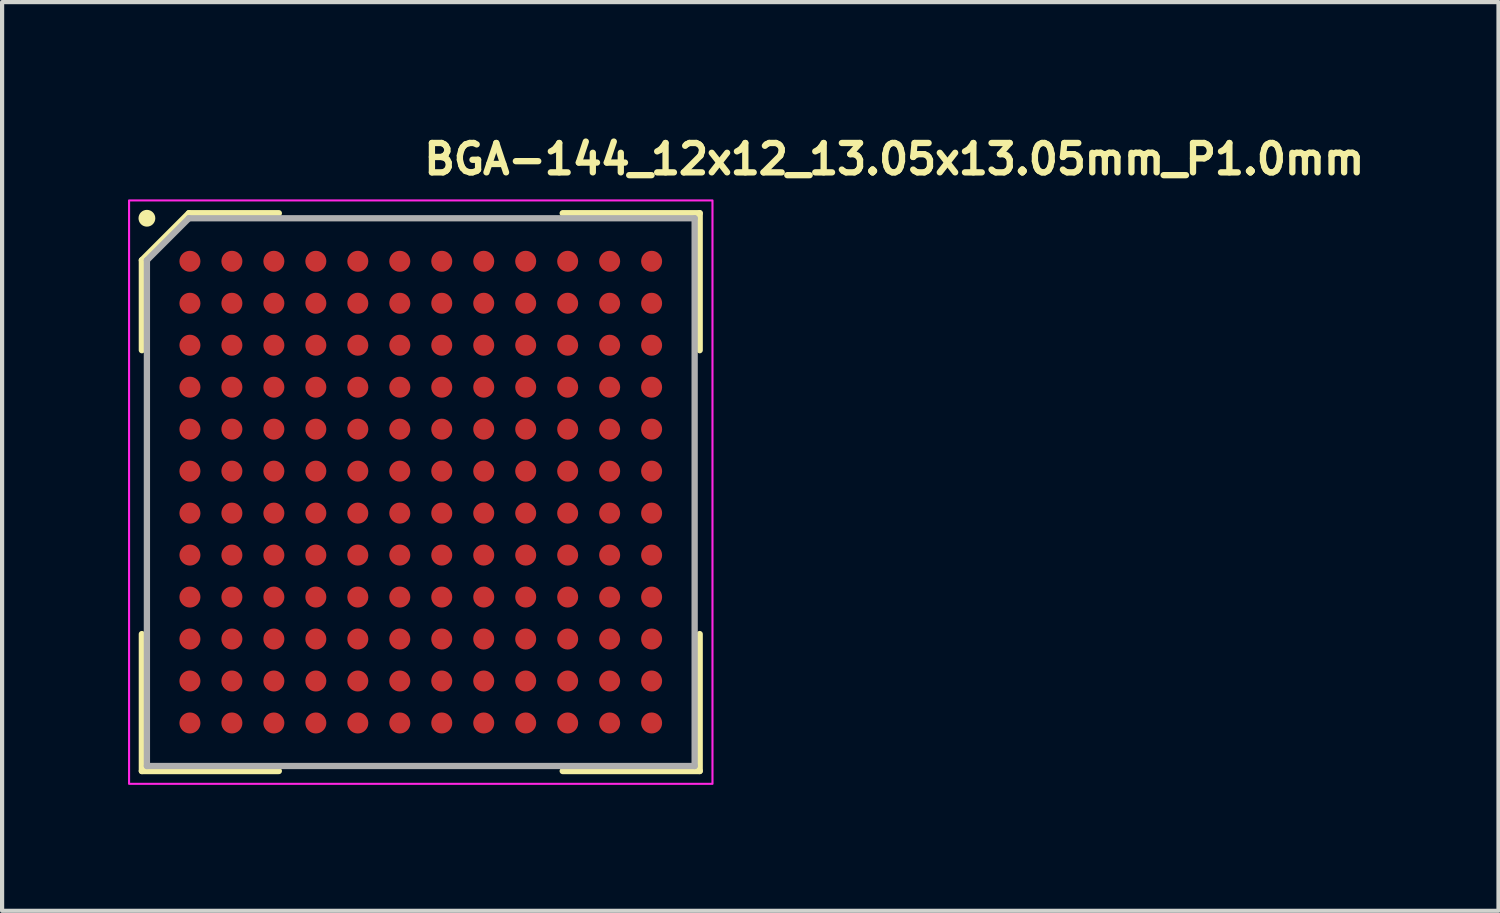
<source format=kicad_pcb>
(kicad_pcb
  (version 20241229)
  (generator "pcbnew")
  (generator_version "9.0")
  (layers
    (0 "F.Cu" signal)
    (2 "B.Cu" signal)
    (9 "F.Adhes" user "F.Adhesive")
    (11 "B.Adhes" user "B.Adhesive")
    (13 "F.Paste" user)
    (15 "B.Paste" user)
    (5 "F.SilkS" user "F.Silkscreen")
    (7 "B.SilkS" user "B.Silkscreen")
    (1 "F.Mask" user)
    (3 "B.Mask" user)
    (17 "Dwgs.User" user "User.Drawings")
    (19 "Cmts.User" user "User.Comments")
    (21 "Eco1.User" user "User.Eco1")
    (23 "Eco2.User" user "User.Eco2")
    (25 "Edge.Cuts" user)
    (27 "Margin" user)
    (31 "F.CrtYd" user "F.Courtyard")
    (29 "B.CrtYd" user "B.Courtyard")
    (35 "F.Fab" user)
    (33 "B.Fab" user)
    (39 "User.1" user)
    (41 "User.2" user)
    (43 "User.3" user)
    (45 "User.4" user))
  (footprint "BGA-144_12x12_13.05x13.05mm_P1.0mm"
    (layer "F.Cu")
    (at 6.975 8.675)
    (property "Reference" "BGA-144_12x12_13.05x13.05mm_P1.0mm" (at 0 -7.525 0) (layer "F.SilkS") (effects (font (size 0.7 0.7) (thickness 0.15)) (justify left bottom)))
    (attr smd)
    (fp_line (start -6.645 -5.525) (end -6.645 -3.382) (stroke (width 0.15) (type solid)) (layer "F.SilkS"))
    (fp_line (start -6.645 6.645) (end -6.645 3.382) (stroke (width 0.15) (type solid)) (layer "F.SilkS"))
    (fp_line (start -5.525 -6.645) (end -6.645 -5.525) (stroke (width 0.15) (type solid)) (layer "F.SilkS"))
    (fp_line (start -3.382 -6.645) (end -5.525 -6.645) (stroke (width 0.15) (type solid)) (layer "F.SilkS"))
    (fp_line (start -3.382 6.645) (end -6.645 6.645) (stroke (width 0.15) (type solid)) (layer "F.SilkS"))
    (fp_line (start 3.382 -6.645) (end 6.645 -6.645) (stroke (width 0.15) (type solid)) (layer "F.SilkS"))
    (fp_line (start 3.382 6.645) (end 6.645 6.645) (stroke (width 0.15) (type solid)) (layer "F.SilkS"))
    (fp_line (start 6.645 -6.645) (end 6.645 -3.382) (stroke (width 0.15) (type solid)) (layer "F.SilkS"))
    (fp_line (start 6.645 6.645) (end 6.645 3.382) (stroke (width 0.15) (type solid)) (layer "F.SilkS"))
    (fp_circle (center -6.525 -6.525) (end -6.425 -6.525) (stroke (width 0.2) (type solid)) (fill no) (layer "F.SilkS"))
    (fp_rect (start -6.95 -6.95) (end 6.95 6.95) (stroke (width 0.05) (type solid)) (fill no) (layer "F.CrtYd"))
    (fp_line (start -6.525 -5.525) (end -6.525 6.525) (stroke (width 0.15) (type solid)) (layer "F.Fab"))
    (fp_line (start -6.525 6.525) (end 6.525 6.525) (stroke (width 0.15) (type solid)) (layer "F.Fab"))
    (fp_line (start -5.525 -6.525) (end -6.525 -5.525) (stroke (width 0.15) (type solid)) (layer "F.Fab"))
    (fp_line (start 6.525 -6.525) (end -5.525 -6.525) (stroke (width 0.15) (type solid)) (layer "F.Fab"))
    (fp_line (start 6.525 6.525) (end 6.525 -6.525) (stroke (width 0.15) (type solid)) (layer "F.Fab"))
    (fp_rect (start -6.55 -6.55) (end 6.55 6.55) (stroke (width 0.1) (type solid)) (fill no) (layer "User.5"))
    (fp_line (start -6.55 -6.55) (end -6.55 6.55) (stroke (width 0.02) (type solid)) (layer "User.9"))
    (fp_line (start -6.55 6.55) (end 6.55 6.55) (stroke (width 0.02) (type solid)) (layer "User.9"))
    (fp_line (start -6.4 -5.9) (end -6.4 5.9) (stroke (width 0.02) (type solid)) (layer "User.9"))
    (fp_line (start -6.4 5.9) (end -6.396 5.96) (stroke (width 0.02) (type solid)) (layer "User.9"))
    (fp_line (start -6.396 -5.96) (end -6.4 -5.9) (stroke (width 0.02) (type solid)) (layer "User.9"))
    (fp_line (start -6.396 5.96) (end -6.385 6.02) (stroke (width 0.02) (type solid)) (layer "User.9"))
    (fp_line (start -6.385 -6.02) (end -6.396 -5.96) (stroke (width 0.02) (type solid)) (layer "User.9"))
    (fp_line (start -6.385 6.02) (end -6.368 6.077) (stroke (width 0.02) (type solid)) (layer "User.9"))
    (fp_line (start -6.368 -6.077) (end -6.385 -6.02) (stroke (width 0.02) (type solid)) (layer "User.9"))
    (fp_line (start -6.368 6.077) (end -6.343 6.132) (stroke (width 0.02) (type solid)) (layer "User.9"))
    (fp_line (start -6.343 -6.132) (end -6.368 -6.077) (stroke (width 0.02) (type solid)) (layer "User.9"))
    (fp_line (start -6.343 6.132) (end -6.311 6.184) (stroke (width 0.02) (type solid)) (layer "User.9"))
    (fp_line (start -6.311 -6.184) (end -6.343 -6.132) (stroke (width 0.02) (type solid)) (layer "User.9"))
    (fp_line (start -6.311 6.184) (end -6.274 6.232) (stroke (width 0.02) (type solid)) (layer "User.9"))
    (fp_line (start -6.274 -6.232) (end -6.311 -6.184) (stroke (width 0.02) (type solid)) (layer "User.9"))
    (fp_line (start -6.274 6.232) (end -6.232 6.274) (stroke (width 0.02) (type solid)) (layer "User.9"))
    (fp_line (start -6.232 -6.274) (end -6.274 -6.232) (stroke (width 0.02) (type solid)) (layer "User.9"))
    (fp_line (start -6.232 6.274) (end -6.184 6.311) (stroke (width 0.02) (type solid)) (layer "User.9"))
    (fp_line (start -6.184 -6.311) (end -6.232 -6.274) (stroke (width 0.02) (type solid)) (layer "User.9"))
    (fp_line (start -6.184 6.311) (end -6.132 6.343) (stroke (width 0.02) (type solid)) (layer "User.9"))
    (fp_line (start -6.132 -6.343) (end -6.184 -6.311) (stroke (width 0.02) (type solid)) (layer "User.9"))
    (fp_line (start -6.132 6.343) (end -6.077 6.368) (stroke (width 0.02) (type solid)) (layer "User.9"))
    (fp_line (start -6.077 -6.368) (end -6.132 -6.343) (stroke (width 0.02) (type solid)) (layer "User.9"))
    (fp_line (start -6.077 6.368) (end -6.02 6.385) (stroke (width 0.02) (type solid)) (layer "User.9"))
    (fp_line (start -6.02 -6.385) (end -6.077 -6.368) (stroke (width 0.02) (type solid)) (layer "User.9"))
    (fp_line (start -6.02 6.385) (end -5.96 6.396) (stroke (width 0.02) (type solid)) (layer "User.9"))
    (fp_line (start -6 -5.5) (end -5.996 -5.437) (stroke (width 0.02) (type solid)) (layer "User.9"))
    (fp_line (start -5.996 -5.563) (end -6 -5.5) (stroke (width 0.02) (type solid)) (layer "User.9"))
    (fp_line (start -5.996 -5.437) (end -5.984 -5.376) (stroke (width 0.02) (type solid)) (layer "User.9"))
    (fp_line (start -5.984 -5.624) (end -5.996 -5.563) (stroke (width 0.02) (type solid)) (layer "User.9"))
    (fp_line (start -5.984 -5.376) (end -5.965 -5.316) (stroke (width 0.02) (type solid)) (layer "User.9"))
    (fp_line (start -5.965 -5.684) (end -5.984 -5.624) (stroke (width 0.02) (type solid)) (layer "User.9"))
    (fp_line (start -5.965 -5.316) (end -5.938 -5.259) (stroke (width 0.02) (type solid)) (layer "User.9"))
    (fp_line (start -5.96 -6.396) (end -6.02 -6.385) (stroke (width 0.02) (type solid)) (layer "User.9"))
    (fp_line (start -5.96 6.396) (end -5.9 6.4) (stroke (width 0.02) (type solid)) (layer "User.9"))
    (fp_line (start -5.938 -5.741) (end -5.965 -5.684) (stroke (width 0.02) (type solid)) (layer "User.9"))
    (fp_line (start -5.938 -5.259) (end -5.905 -5.206) (stroke (width 0.02) (type solid)) (layer "User.9"))
    (fp_line (start -5.905 -5.794) (end -5.938 -5.741) (stroke (width 0.02) (type solid)) (layer "User.9"))
    (fp_line (start -5.905 -5.206) (end -5.864 -5.158) (stroke (width 0.02) (type solid)) (layer "User.9"))
    (fp_line (start -5.9 -6.4) (end -5.96 -6.396) (stroke (width 0.02) (type solid)) (layer "User.9"))
    (fp_line (start -5.9 6.4) (end 5.9 6.4) (stroke (width 0.02) (type solid)) (layer "User.9"))
    (fp_line (start -5.864 -5.842) (end -5.905 -5.794) (stroke (width 0.02) (type solid)) (layer "User.9"))
    (fp_line (start -5.864 -5.158) (end -5.819 -5.115) (stroke (width 0.02) (type solid)) (layer "User.9"))
    (fp_line (start -5.819 -5.885) (end -5.864 -5.842) (stroke (width 0.02) (type solid)) (layer "User.9"))
    (fp_line (start -5.819 -5.115) (end -5.768 -5.078) (stroke (width 0.02) (type solid)) (layer "User.9"))
    (fp_line (start -5.768 -5.922) (end -5.819 -5.885) (stroke (width 0.02) (type solid)) (layer "User.9"))
    (fp_line (start -5.768 -5.078) (end -5.713 -5.048) (stroke (width 0.02) (type solid)) (layer "User.9"))
    (fp_line (start -5.713 -5.952) (end -5.768 -5.922) (stroke (width 0.02) (type solid)) (layer "User.9"))
    (fp_line (start -5.713 -5.048) (end -5.655 -5.024) (stroke (width 0.02) (type solid)) (layer "User.9"))
    (fp_line (start -5.655 -5.976) (end -5.713 -5.952) (stroke (width 0.02) (type solid)) (layer "User.9"))
    (fp_line (start -5.655 -5.024) (end -5.594 -5.009) (stroke (width 0.02) (type solid)) (layer "User.9"))
    (fp_line (start -5.594 -5.991) (end -5.655 -5.976) (stroke (width 0.02) (type solid)) (layer "User.9"))
    (fp_line (start -5.594 -5.009) (end -5.531 -5.001) (stroke (width 0.02) (type solid)) (layer "User.9"))
    (fp_line (start -5.531 -5.999) (end -5.594 -5.991) (stroke (width 0.02) (type solid)) (layer "User.9"))
    (fp_line (start -5.531 -5.001) (end -5.469 -5.001) (stroke (width 0.02) (type solid)) (layer "User.9"))
    (fp_line (start -5.469 -5.999) (end -5.531 -5.999) (stroke (width 0.02) (type solid)) (layer "User.9"))
    (fp_line (start -5.469 -5.001) (end -5.406 -5.009) (stroke (width 0.02) (type solid)) (layer "User.9"))
    (fp_line (start -5.406 -5.991) (end -5.469 -5.999) (stroke (width 0.02) (type solid)) (layer "User.9"))
    (fp_line (start -5.406 -5.009) (end -5.345 -5.024) (stroke (width 0.02) (type solid)) (layer "User.9"))
    (fp_line (start -5.345 -5.976) (end -5.406 -5.991) (stroke (width 0.02) (type solid)) (layer "User.9"))
    (fp_line (start -5.345 -5.024) (end -5.287 -5.048) (stroke (width 0.02) (type solid)) (layer "User.9"))
    (fp_line (start -5.287 -5.952) (end -5.345 -5.976) (stroke (width 0.02) (type solid)) (layer "User.9"))
    (fp_line (start -5.287 -5.048) (end -5.232 -5.078) (stroke (width 0.02) (type solid)) (layer "User.9"))
    (fp_line (start -5.232 -5.922) (end -5.287 -5.952) (stroke (width 0.02) (type solid)) (layer "User.9"))
    (fp_line (start -5.232 -5.078) (end -5.181 -5.115) (stroke (width 0.02) (type solid)) (layer "User.9"))
    (fp_line (start -5.181 -5.885) (end -5.232 -5.922) (stroke (width 0.02) (type solid)) (layer "User.9"))
    (fp_line (start -5.181 -5.115) (end -5.136 -5.158) (stroke (width 0.02) (type solid)) (layer "User.9"))
    (fp_line (start -5.136 -5.842) (end -5.181 -5.885) (stroke (width 0.02) (type solid)) (layer "User.9"))
    (fp_line (start -5.136 -5.158) (end -5.095 -5.206) (stroke (width 0.02) (type solid)) (layer "User.9"))
    (fp_line (start -5.095 -5.794) (end -5.136 -5.842) (stroke (width 0.02) (type solid)) (layer "User.9"))
    (fp_line (start -5.095 -5.206) (end -5.062 -5.259) (stroke (width 0.02) (type solid)) (layer "User.9"))
    (fp_line (start -5.062 -5.741) (end -5.095 -5.794) (stroke (width 0.02) (type solid)) (layer "User.9"))
    (fp_line (start -5.062 -5.259) (end -5.035 -5.316) (stroke (width 0.02) (type solid)) (layer "User.9"))
    (fp_line (start -5.035 -5.684) (end -5.062 -5.741) (stroke (width 0.02) (type solid)) (layer "User.9"))
    (fp_line (start -5.035 -5.316) (end -5.016 -5.376) (stroke (width 0.02) (type solid)) (layer "User.9"))
    (fp_line (start -5.016 -5.624) (end -5.035 -5.684) (stroke (width 0.02) (type solid)) (layer "User.9"))
    (fp_line (start -5.016 -5.376) (end -5.004 -5.437) (stroke (width 0.02) (type solid)) (layer "User.9"))
    (fp_line (start -5.004 -5.563) (end -5.016 -5.624) (stroke (width 0.02) (type solid)) (layer "User.9"))
    (fp_line (start -5.004 -5.437) (end -5 -5.5) (stroke (width 0.02) (type solid)) (layer "User.9"))
    (fp_line (start -5 -5.5) (end -5.004 -5.563) (stroke (width 0.02) (type solid)) (layer "User.9"))
    (fp_line (start -4.4 -3.4) (end -4.4 3.4) (stroke (width 0.02) (type solid)) (layer "User.9"))
    (fp_line (start -4.4 -3.4) (end -3.649 -3.066) (stroke (width 0.02) (type solid)) (layer "User.9"))
    (fp_line (start -4.4 3.4) (end -4.396 3.487) (stroke (width 0.02) (type solid)) (layer "User.9"))
    (fp_line (start -4.4 3.4) (end -3.649 3.066) (stroke (width 0.02) (type solid)) (layer "User.9"))
    (fp_line (start -4.396 -3.487) (end -4.4 -3.4) (stroke (width 0.02) (type solid)) (layer "User.9"))
    (fp_line (start -4.396 3.487) (end -4.385 3.574) (stroke (width 0.02) (type solid)) (layer "User.9"))
    (fp_line (start -4.385 -3.574) (end -4.396 -3.487) (stroke (width 0.02) (type solid)) (layer "User.9"))
    (fp_line (start -4.385 3.574) (end -4.366 3.659) (stroke (width 0.02) (type solid)) (layer "User.9"))
    (fp_line (start -4.366 -3.659) (end -4.385 -3.574) (stroke (width 0.02) (type solid)) (layer "User.9"))
    (fp_line (start -4.366 3.659) (end -4.34 3.742) (stroke (width 0.02) (type solid)) (layer "User.9"))
    (fp_line (start -4.34 -3.742) (end -4.366 -3.659) (stroke (width 0.02) (type solid)) (layer "User.9"))
    (fp_line (start -4.34 3.742) (end -4.306 3.823) (stroke (width 0.02) (type solid)) (layer "User.9"))
    (fp_line (start -4.306 -3.823) (end -4.34 -3.742) (stroke (width 0.02) (type solid)) (layer "User.9"))
    (fp_line (start -4.306 3.823) (end -4.266 3.9) (stroke (width 0.02) (type solid)) (layer "User.9"))
    (fp_line (start -4.266 -3.9) (end -4.306 -3.823) (stroke (width 0.02) (type solid)) (layer "User.9"))
    (fp_line (start -4.266 3.9) (end -4.219 3.974) (stroke (width 0.02) (type solid)) (layer "User.9"))
    (fp_line (start -4.219 -3.974) (end -4.266 -3.9) (stroke (width 0.02) (type solid)) (layer "User.9"))
    (fp_line (start -4.219 3.974) (end -4.166 4.043) (stroke (width 0.02) (type solid)) (layer "User.9"))
    (fp_line (start -4.166 -4.043) (end -4.219 -3.974) (stroke (width 0.02) (type solid)) (layer "User.9"))
    (fp_line (start -4.166 4.043) (end -4.107 4.107) (stroke (width 0.02) (type solid)) (layer "User.9"))
    (fp_line (start -4.107 -4.107) (end -4.166 -4.043) (stroke (width 0.02) (type solid)) (layer "User.9"))
    (fp_line (start -4.107 4.107) (end -4.043 4.166) (stroke (width 0.02) (type solid)) (layer "User.9"))
    (fp_line (start -4.043 -4.166) (end -4.107 -4.107) (stroke (width 0.02) (type solid)) (layer "User.9"))
    (fp_line (start -4.043 4.166) (end -3.974 4.219) (stroke (width 0.02) (type solid)) (layer "User.9"))
    (fp_line (start -3.974 -4.219) (end -4.043 -4.166) (stroke (width 0.02) (type solid)) (layer "User.9"))
    (fp_line (start -3.974 4.219) (end -3.9 4.266) (stroke (width 0.02) (type solid)) (layer "User.9"))
    (fp_line (start -3.9 -4.266) (end -3.974 -4.219) (stroke (width 0.02) (type solid)) (layer "User.9"))
    (fp_line (start -3.9 4.266) (end -3.823 4.306) (stroke (width 0.02) (type solid)) (layer "User.9"))
    (fp_line (start -3.823 -4.306) (end -3.9 -4.266) (stroke (width 0.02) (type solid)) (layer "User.9"))
    (fp_line (start -3.823 4.306) (end -3.742 4.34) (stroke (width 0.02) (type solid)) (layer "User.9"))
    (fp_line (start -3.742 -4.34) (end -3.823 -4.306) (stroke (width 0.02) (type solid)) (layer "User.9"))
    (fp_line (start -3.742 4.34) (end -3.659 4.366) (stroke (width 0.02) (type solid)) (layer "User.9"))
    (fp_line (start -3.659 -4.366) (end -3.742 -4.34) (stroke (width 0.02) (type solid)) (layer "User.9"))
    (fp_line (start -3.659 4.366) (end -3.574 4.385) (stroke (width 0.02) (type solid)) (layer "User.9"))
    (fp_line (start -3.649 -3.066) (end -3.649 3.066) (stroke (width 0.02) (type solid)) (layer "User.9"))
    (fp_line (start -3.649 3.066) (end -3.64 3.12) (stroke (width 0.02) (type solid)) (layer "User.9"))
    (fp_line (start -3.64 -3.12) (end -3.649 -3.066) (stroke (width 0.02) (type solid)) (layer "User.9"))
    (fp_line (start -3.64 3.12) (end -3.626 3.173) (stroke (width 0.02) (type solid)) (layer "User.9"))
    (fp_line (start -3.629 -3.066) (end -3.649 -3.066) (stroke (width 0.02) (type solid)) (layer "User.9"))
    (fp_line (start -3.629 3.066) (end -3.649 3.066) (stroke (width 0.02) (type solid)) (layer "User.9"))
    (fp_line (start -3.626 -3.173) (end -3.64 -3.12) (stroke (width 0.02) (type solid)) (layer "User.9"))
    (fp_line (start -3.626 3.173) (end -3.608 3.225) (stroke (width 0.02) (type solid)) (layer "User.9"))
    (fp_line (start -3.608 -3.225) (end -3.626 -3.173) (stroke (width 0.02) (type solid)) (layer "User.9"))
    (fp_line (start -3.608 3.225) (end -3.586 3.275) (stroke (width 0.02) (type solid)) (layer "User.9"))
    (fp_line (start -3.607 -3.066) (end -3.629 -3.066) (stroke (width 0.02) (type solid)) (layer "User.9"))
    (fp_line (start -3.607 3.066) (end -3.629 3.066) (stroke (width 0.02) (type solid)) (layer "User.9"))
    (fp_line (start -3.586 -3.275) (end -3.608 -3.225) (stroke (width 0.02) (type solid)) (layer "User.9"))
    (fp_line (start -3.586 3.275) (end -3.559 3.324) (stroke (width 0.02) (type solid)) (layer "User.9"))
    (fp_line (start -3.583 -3.066) (end -3.607 -3.066) (stroke (width 0.02) (type solid)) (layer "User.9"))
    (fp_line (start -3.583 3.066) (end -3.607 3.066) (stroke (width 0.02) (type solid)) (layer "User.9"))
    (fp_line (start -3.574 -4.385) (end -3.659 -4.366) (stroke (width 0.02) (type solid)) (layer "User.9"))
    (fp_line (start -3.574 4.385) (end -3.487 4.396) (stroke (width 0.02) (type solid)) (layer "User.9"))
    (fp_line (start -3.559 -3.324) (end -3.586 -3.275) (stroke (width 0.02) (type solid)) (layer "User.9"))
    (fp_line (start -3.559 -3.066) (end -3.583 -3.066) (stroke (width 0.02) (type solid)) (layer "User.9"))
    (fp_line (start -3.559 3.066) (end -3.583 3.066) (stroke (width 0.02) (type solid)) (layer "User.9"))
    (fp_line (start -3.559 3.324) (end -3.528 3.371) (stroke (width 0.02) (type solid)) (layer "User.9"))
    (fp_line (start -3.534 -3.066) (end -3.559 -3.066) (stroke (width 0.02) (type solid)) (layer "User.9"))
    (fp_line (start -3.534 3.066) (end -3.559 3.066) (stroke (width 0.02) (type solid)) (layer "User.9"))
    (fp_line (start -3.528 -3.371) (end -3.559 -3.324) (stroke (width 0.02) (type solid)) (layer "User.9"))
    (fp_line (start -3.528 3.371) (end -3.494 3.415) (stroke (width 0.02) (type solid)) (layer "User.9"))
    (fp_line (start -3.507 -3.066) (end -3.534 -3.066) (stroke (width 0.02) (type solid)) (layer "User.9"))
    (fp_line (start -3.507 3.066) (end -3.534 3.066) (stroke (width 0.02) (type solid)) (layer "User.9"))
    (fp_line (start -3.494 -3.415) (end -3.528 -3.371) (stroke (width 0.02) (type solid)) (layer "User.9"))
    (fp_line (start -3.494 3.415) (end -3.456 3.456) (stroke (width 0.02) (type solid)) (layer "User.9"))
    (fp_line (start -3.487 -4.396) (end -3.574 -4.385) (stroke (width 0.02) (type solid)) (layer "User.9"))
    (fp_line (start -3.487 4.396) (end -3.4 4.4) (stroke (width 0.02) (type solid)) (layer "User.9"))
    (fp_line (start -3.48 -3.066) (end -3.507 -3.066) (stroke (width 0.02) (type solid)) (layer "User.9"))
    (fp_line (start -3.48 3.066) (end -3.507 3.066) (stroke (width 0.02) (type solid)) (layer "User.9"))
    (fp_line (start -3.456 -3.456) (end -3.494 -3.415) (stroke (width 0.02) (type solid)) (layer "User.9"))
    (fp_line (start -3.456 3.456) (end -3.415 3.494) (stroke (width 0.02) (type solid)) (layer "User.9"))
    (fp_line (start -3.452 -3.066) (end -3.48 -3.066) (stroke (width 0.02) (type solid)) (layer "User.9"))
    (fp_line (start -3.452 3.066) (end -3.48 3.066) (stroke (width 0.02) (type solid)) (layer "User.9"))
    (fp_line (start -3.423 -3.066) (end -3.452 -3.066) (stroke (width 0.02) (type solid)) (layer "User.9"))
    (fp_line (start -3.423 3.066) (end -3.452 3.066) (stroke (width 0.02) (type solid)) (layer "User.9"))
    (fp_line (start -3.415 -3.494) (end -3.456 -3.456) (stroke (width 0.02) (type solid)) (layer "User.9"))
    (fp_line (start -3.415 3.494) (end -3.371 3.528) (stroke (width 0.02) (type solid)) (layer "User.9"))
    (fp_line (start -3.4 -4.4) (end -3.487 -4.396) (stroke (width 0.02) (type solid)) (layer "User.9"))
    (fp_line (start -3.4 -4.4) (end -3.066 -3.649) (stroke (width 0.02) (type solid)) (layer "User.9"))
    (fp_line (start -3.4 4.4) (end -3.066 3.649) (stroke (width 0.02) (type solid)) (layer "User.9"))
    (fp_line (start -3.4 4.4) (end 3.4 4.4) (stroke (width 0.02) (type solid)) (layer "User.9"))
    (fp_line (start -3.394 -3.066) (end -3.423 -3.066) (stroke (width 0.02) (type solid)) (layer "User.9"))
    (fp_line (start -3.394 3.066) (end -3.423 3.066) (stroke (width 0.02) (type solid)) (layer "User.9"))
    (fp_line (start -3.371 -3.528) (end -3.415 -3.494) (stroke (width 0.02) (type solid)) (layer "User.9"))
    (fp_line (start -3.371 3.528) (end -3.324 3.559) (stroke (width 0.02) (type solid)) (layer "User.9"))
    (fp_line (start -3.365 -3.066) (end -3.394 -3.066) (stroke (width 0.02) (type solid)) (layer "User.9"))
    (fp_line (start -3.365 3.066) (end -3.394 3.066) (stroke (width 0.02) (type solid)) (layer "User.9"))
    (fp_line (start -3.335 -3.066) (end -3.365 -3.066) (stroke (width 0.02) (type solid)) (layer "User.9"))
    (fp_line (start -3.335 3.066) (end -3.365 3.066) (stroke (width 0.02) (type solid)) (layer "User.9"))
    (fp_line (start -3.324 -3.559) (end -3.371 -3.528) (stroke (width 0.02) (type solid)) (layer "User.9"))
    (fp_line (start -3.324 3.559) (end -3.275 3.586) (stroke (width 0.02) (type solid)) (layer "User.9"))
    (fp_line (start -3.305 -3.066) (end -3.335 -3.066) (stroke (width 0.02) (type solid)) (layer "User.9"))
    (fp_line (start -3.305 3.066) (end -3.335 3.066) (stroke (width 0.02) (type solid)) (layer "User.9"))
    (fp_line (start -3.275 -3.586) (end -3.324 -3.559) (stroke (width 0.02) (type solid)) (layer "User.9"))
    (fp_line (start -3.275 3.586) (end -3.225 3.608) (stroke (width 0.02) (type solid)) (layer "User.9"))
    (fp_line (start -3.274 -3.066) (end -3.305 -3.066) (stroke (width 0.02) (type solid)) (layer "User.9"))
    (fp_line (start -3.274 -3.066) (end -3.274 3.066) (stroke (width 0.02) (type solid)) (layer "User.9"))
    (fp_line (start -3.274 3.066) (end -3.305 3.066) (stroke (width 0.02) (type solid)) (layer "User.9"))
    (fp_line (start -3.274 3.066) (end -3.271 3.102) (stroke (width 0.02) (type solid)) (layer "User.9"))
    (fp_line (start -3.271 -3.102) (end -3.274 -3.066) (stroke (width 0.02) (type solid)) (layer "User.9"))
    (fp_line (start -3.271 3.102) (end -3.259 3.141) (stroke (width 0.02) (type solid)) (layer "User.9"))
    (fp_line (start -3.259 -3.141) (end -3.271 -3.102) (stroke (width 0.02) (type solid)) (layer "User.9"))
    (fp_line (start -3.259 3.141) (end -3.25 3.16) (stroke (width 0.02) (type solid)) (layer "User.9"))
    (fp_line (start -3.25 -3.16) (end -3.259 -3.141) (stroke (width 0.02) (type solid)) (layer "User.9"))
    (fp_line (start -3.25 3.16) (end -3.239 3.178) (stroke (width 0.02) (type solid)) (layer "User.9"))
    (fp_line (start -3.239 -3.178) (end -3.25 -3.16) (stroke (width 0.02) (type solid)) (layer "User.9"))
    (fp_line (start -3.239 3.178) (end -3.226 3.195) (stroke (width 0.02) (type solid)) (layer "User.9"))
    (fp_line (start -3.226 -3.195) (end -3.239 -3.178) (stroke (width 0.02) (type solid)) (layer "User.9"))
    (fp_line (start -3.226 3.195) (end -3.212 3.212) (stroke (width 0.02) (type solid)) (layer "User.9"))
    (fp_line (start -3.225 -3.608) (end -3.275 -3.586) (stroke (width 0.02) (type solid)) (layer "User.9"))
    (fp_line (start -3.225 3.608) (end -3.173 3.626) (stroke (width 0.02) (type solid)) (layer "User.9"))
    (fp_line (start -3.212 -3.212) (end -3.226 -3.195) (stroke (width 0.02) (type solid)) (layer "User.9"))
    (fp_line (start -3.212 3.212) (end -3.195 3.226) (stroke (width 0.02) (type solid)) (layer "User.9"))
    (fp_line (start -3.195 -3.226) (end -3.212 -3.212) (stroke (width 0.02) (type solid)) (layer "User.9"))
    (fp_line (start -3.195 3.226) (end -3.178 3.239) (stroke (width 0.02) (type solid)) (layer "User.9"))
    (fp_line (start -3.178 -3.239) (end -3.195 -3.226) (stroke (width 0.02) (type solid)) (layer "User.9"))
    (fp_line (start -3.178 3.239) (end -3.16 3.25) (stroke (width 0.02) (type solid)) (layer "User.9"))
    (fp_line (start -3.173 -3.626) (end -3.225 -3.608) (stroke (width 0.02) (type solid)) (layer "User.9"))
    (fp_line (start -3.173 3.626) (end -3.12 3.64) (stroke (width 0.02) (type solid)) (layer "User.9"))
    (fp_line (start -3.16 -3.25) (end -3.178 -3.239) (stroke (width 0.02) (type solid)) (layer "User.9"))
    (fp_line (start -3.16 3.25) (end -3.141 3.259) (stroke (width 0.02) (type solid)) (layer "User.9"))
    (fp_line (start -3.141 -3.259) (end -3.16 -3.25) (stroke (width 0.02) (type solid)) (layer "User.9"))
    (fp_line (start -3.141 3.259) (end -3.102 3.271) (stroke (width 0.02) (type solid)) (layer "User.9"))
    (fp_line (start -3.12 -3.64) (end -3.173 -3.626) (stroke (width 0.02) (type solid)) (layer "User.9"))
    (fp_line (start -3.12 3.64) (end -3.066 3.649) (stroke (width 0.02) (type solid)) (layer "User.9"))
    (fp_line (start -3.102 -3.271) (end -3.141 -3.259) (stroke (width 0.02) (type solid)) (layer "User.9"))
    (fp_line (start -3.102 3.271) (end -3.066 3.274) (stroke (width 0.02) (type solid)) (layer "User.9"))
    (fp_line (start -3.066 -3.649) (end -3.12 -3.64) (stroke (width 0.02) (type solid)) (layer "User.9"))
    (fp_line (start -3.066 -3.629) (end -3.066 -3.649) (stroke (width 0.02) (type solid)) (layer "User.9"))
    (fp_line (start -3.066 -3.607) (end -3.066 -3.629) (stroke (width 0.02) (type solid)) (layer "User.9"))
    (fp_line (start -3.066 -3.583) (end -3.066 -3.607) (stroke (width 0.02) (type solid)) (layer "User.9"))
    (fp_line (start -3.066 -3.559) (end -3.066 -3.583) (stroke (width 0.02) (type solid)) (layer "User.9"))
    (fp_line (start -3.066 -3.534) (end -3.066 -3.559) (stroke (width 0.02) (type solid)) (layer "User.9"))
    (fp_line (start -3.066 -3.507) (end -3.066 -3.534) (stroke (width 0.02) (type solid)) (layer "User.9"))
    (fp_line (start -3.066 -3.48) (end -3.066 -3.507) (stroke (width 0.02) (type solid)) (layer "User.9"))
    (fp_line (start -3.066 -3.452) (end -3.066 -3.48) (stroke (width 0.02) (type solid)) (layer "User.9"))
    (fp_line (start -3.066 -3.423) (end -3.066 -3.452) (stroke (width 0.02) (type solid)) (layer "User.9"))
    (fp_line (start -3.066 -3.394) (end -3.066 -3.423) (stroke (width 0.02) (type solid)) (layer "User.9"))
    (fp_line (start -3.066 -3.365) (end -3.066 -3.394) (stroke (width 0.02) (type solid)) (layer "User.9"))
    (fp_line (start -3.066 -3.335) (end -3.066 -3.365) (stroke (width 0.02) (type solid)) (layer "User.9"))
    (fp_line (start -3.066 -3.305) (end -3.066 -3.335) (stroke (width 0.02) (type solid)) (layer "User.9"))
    (fp_line (start -3.066 -3.274) (end -3.102 -3.271) (stroke (width 0.02) (type solid)) (layer "User.9"))
    (fp_line (start -3.066 -3.274) (end -3.066 -3.305) (stroke (width 0.02) (type solid)) (layer "User.9"))
    (fp_line (start -3.066 3.274) (end -3.066 3.305) (stroke (width 0.02) (type solid)) (layer "User.9"))
    (fp_line (start -3.066 3.274) (end 3.066 3.274) (stroke (width 0.02) (type solid)) (layer "User.9"))
    (fp_line (start -3.066 3.305) (end -3.066 3.335) (stroke (width 0.02) (type solid)) (layer "User.9"))
    (fp_line (start -3.066 3.335) (end -3.066 3.365) (stroke (width 0.02) (type solid)) (layer "User.9"))
    (fp_line (start -3.066 3.365) (end -3.066 3.394) (stroke (width 0.02) (type solid)) (layer "User.9"))
    (fp_line (start -3.066 3.394) (end -3.066 3.423) (stroke (width 0.02) (type solid)) (layer "User.9"))
    (fp_line (start -3.066 3.423) (end -3.066 3.452) (stroke (width 0.02) (type solid)) (layer "User.9"))
    (fp_line (start -3.066 3.452) (end -3.066 3.48) (stroke (width 0.02) (type solid)) (layer "User.9"))
    (fp_line (start -3.066 3.48) (end -3.066 3.507) (stroke (width 0.02) (type solid)) (layer "User.9"))
    (fp_line (start -3.066 3.507) (end -3.066 3.534) (stroke (width 0.02) (type solid)) (layer "User.9"))
    (fp_line (start -3.066 3.534) (end -3.066 3.559) (stroke (width 0.02) (type solid)) (layer "User.9"))
    (fp_line (start -3.066 3.559) (end -3.066 3.583) (stroke (width 0.02) (type solid)) (layer "User.9"))
    (fp_line (start -3.066 3.583) (end -3.066 3.607) (stroke (width 0.02) (type solid)) (layer "User.9"))
    (fp_line (start -3.066 3.607) (end -3.066 3.629) (stroke (width 0.02) (type solid)) (layer "User.9"))
    (fp_line (start -3.066 3.629) (end -3.066 3.649) (stroke (width 0.02) (type solid)) (layer "User.9"))
    (fp_line (start -3.066 3.649) (end 3.066 3.649) (stroke (width 0.02) (type solid)) (layer "User.9"))
    (fp_line (start 3.066 -3.649) (end -3.066 -3.649) (stroke (width 0.02) (type solid)) (layer "User.9"))
    (fp_line (start 3.066 -3.629) (end 3.066 -3.649) (stroke (width 0.02) (type solid)) (layer "User.9"))
    (fp_line (start 3.066 -3.607) (end 3.066 -3.629) (stroke (width 0.02) (type solid)) (layer "User.9"))
    (fp_line (start 3.066 -3.583) (end 3.066 -3.607) (stroke (width 0.02) (type solid)) (layer "User.9"))
    (fp_line (start 3.066 -3.559) (end 3.066 -3.583) (stroke (width 0.02) (type solid)) (layer "User.9"))
    (fp_line (start 3.066 -3.534) (end 3.066 -3.559) (stroke (width 0.02) (type solid)) (layer "User.9"))
    (fp_line (start 3.066 -3.507) (end 3.066 -3.534) (stroke (width 0.02) (type solid)) (layer "User.9"))
    (fp_line (start 3.066 -3.48) (end 3.066 -3.507) (stroke (width 0.02) (type solid)) (layer "User.9"))
    (fp_line (start 3.066 -3.452) (end 3.066 -3.48) (stroke (width 0.02) (type solid)) (layer "User.9"))
    (fp_line (start 3.066 -3.423) (end 3.066 -3.452) (stroke (width 0.02) (type solid)) (layer "User.9"))
    (fp_line (start 3.066 -3.394) (end 3.066 -3.423) (stroke (width 0.02) (type solid)) (layer "User.9"))
    (fp_line (start 3.066 -3.365) (end 3.066 -3.394) (stroke (width 0.02) (type solid)) (layer "User.9"))
    (fp_line (start 3.066 -3.335) (end 3.066 -3.365) (stroke (width 0.02) (type solid)) (layer "User.9"))
    (fp_line (start 3.066 -3.305) (end 3.066 -3.335) (stroke (width 0.02) (type solid)) (layer "User.9"))
    (fp_line (start 3.066 -3.274) (end -3.066 -3.274) (stroke (width 0.02) (type solid)) (layer "User.9"))
    (fp_line (start 3.066 -3.274) (end 3.066 -3.305) (stroke (width 0.02) (type solid)) (layer "User.9"))
    (fp_line (start 3.066 3.274) (end 3.066 3.305) (stroke (width 0.02) (type solid)) (layer "User.9"))
    (fp_line (start 3.066 3.274) (end 3.102 3.271) (stroke (width 0.02) (type solid)) (layer "User.9"))
    (fp_line (start 3.066 3.305) (end 3.066 3.335) (stroke (width 0.02) (type solid)) (layer "User.9"))
    (fp_line (start 3.066 3.335) (end 3.066 3.365) (stroke (width 0.02) (type solid)) (layer "User.9"))
    (fp_line (start 3.066 3.365) (end 3.066 3.394) (stroke (width 0.02) (type solid)) (layer "User.9"))
    (fp_line (start 3.066 3.394) (end 3.066 3.423) (stroke (width 0.02) (type solid)) (layer "User.9"))
    (fp_line (start 3.066 3.423) (end 3.066 3.452) (stroke (width 0.02) (type solid)) (layer "User.9"))
    (fp_line (start 3.066 3.452) (end 3.066 3.48) (stroke (width 0.02) (type solid)) (layer "User.9"))
    (fp_line (start 3.066 3.48) (end 3.066 3.507) (stroke (width 0.02) (type solid)) (layer "User.9"))
    (fp_line (start 3.066 3.507) (end 3.066 3.534) (stroke (width 0.02) (type solid)) (layer "User.9"))
    (fp_line (start 3.066 3.534) (end 3.066 3.559) (stroke (width 0.02) (type solid)) (layer "User.9"))
    (fp_line (start 3.066 3.559) (end 3.066 3.583) (stroke (width 0.02) (type solid)) (layer "User.9"))
    (fp_line (start 3.066 3.583) (end 3.066 3.607) (stroke (width 0.02) (type solid)) (layer "User.9"))
    (fp_line (start 3.066 3.607) (end 3.066 3.629) (stroke (width 0.02) (type solid)) (layer "User.9"))
    (fp_line (start 3.066 3.629) (end 3.066 3.649) (stroke (width 0.02) (type solid)) (layer "User.9"))
    (fp_line (start 3.066 3.649) (end 3.12 3.64) (stroke (width 0.02) (type solid)) (layer "User.9"))
    (fp_line (start 3.102 -3.271) (end 3.066 -3.274) (stroke (width 0.02) (type solid)) (layer "User.9"))
    (fp_line (start 3.102 3.271) (end 3.141 3.259) (stroke (width 0.02) (type solid)) (layer "User.9"))
    (fp_line (start 3.12 -3.64) (end 3.066 -3.649) (stroke (width 0.02) (type solid)) (layer "User.9"))
    (fp_line (start 3.12 3.64) (end 3.173 3.626) (stroke (width 0.02) (type solid)) (layer "User.9"))
    (fp_line (start 3.141 -3.259) (end 3.102 -3.271) (stroke (width 0.02) (type solid)) (layer "User.9"))
    (fp_line (start 3.141 3.259) (end 3.16 3.25) (stroke (width 0.02) (type solid)) (layer "User.9"))
    (fp_line (start 3.16 -3.25) (end 3.141 -3.259) (stroke (width 0.02) (type solid)) (layer "User.9"))
    (fp_line (start 3.16 3.25) (end 3.178 3.239) (stroke (width 0.02) (type solid)) (layer "User.9"))
    (fp_line (start 3.173 -3.626) (end 3.12 -3.64) (stroke (width 0.02) (type solid)) (layer "User.9"))
    (fp_line (start 3.173 3.626) (end 3.225 3.608) (stroke (width 0.02) (type solid)) (layer "User.9"))
    (fp_line (start 3.178 -3.239) (end 3.16 -3.25) (stroke (width 0.02) (type solid)) (layer "User.9"))
    (fp_line (start 3.178 3.239) (end 3.195 3.226) (stroke (width 0.02) (type solid)) (layer "User.9"))
    (fp_line (start 3.195 -3.226) (end 3.178 -3.239) (stroke (width 0.02) (type solid)) (layer "User.9"))
    (fp_line (start 3.195 3.226) (end 3.212 3.212) (stroke (width 0.02) (type solid)) (layer "User.9"))
    (fp_line (start 3.212 -3.212) (end 3.195 -3.226) (stroke (width 0.02) (type solid)) (layer "User.9"))
    (fp_line (start 3.212 3.212) (end 3.226 3.195) (stroke (width 0.02) (type solid)) (layer "User.9"))
    (fp_line (start 3.225 -3.608) (end 3.173 -3.626) (stroke (width 0.02) (type solid)) (layer "User.9"))
    (fp_line (start 3.225 3.608) (end 3.275 3.586) (stroke (width 0.02) (type solid)) (layer "User.9"))
    (fp_line (start 3.226 -3.195) (end 3.212 -3.212) (stroke (width 0.02) (type solid)) (layer "User.9"))
    (fp_line (start 3.226 3.195) (end 3.239 3.178) (stroke (width 0.02) (type solid)) (layer "User.9"))
    (fp_line (start 3.239 -3.178) (end 3.226 -3.195) (stroke (width 0.02) (type solid)) (layer "User.9"))
    (fp_line (start 3.239 3.178) (end 3.25 3.16) (stroke (width 0.02) (type solid)) (layer "User.9"))
    (fp_line (start 3.25 -3.16) (end 3.239 -3.178) (stroke (width 0.02) (type solid)) (layer "User.9"))
    (fp_line (start 3.25 3.16) (end 3.259 3.141) (stroke (width 0.02) (type solid)) (layer "User.9"))
    (fp_line (start 3.259 -3.141) (end 3.25 -3.16) (stroke (width 0.02) (type solid)) (layer "User.9"))
    (fp_line (start 3.259 3.141) (end 3.271 3.102) (stroke (width 0.02) (type solid)) (layer "User.9"))
    (fp_line (start 3.271 -3.102) (end 3.259 -3.141) (stroke (width 0.02) (type solid)) (layer "User.9"))
    (fp_line (start 3.271 3.102) (end 3.274 3.066) (stroke (width 0.02) (type solid)) (layer "User.9"))
    (fp_line (start 3.274 -3.066) (end 3.271 -3.102) (stroke (width 0.02) (type solid)) (layer "User.9"))
    (fp_line (start 3.274 -3.066) (end 3.305 -3.066) (stroke (width 0.02) (type solid)) (layer "User.9"))
    (fp_line (start 3.274 3.066) (end 3.274 -3.066) (stroke (width 0.02) (type solid)) (layer "User.9"))
    (fp_line (start 3.274 3.066) (end 3.305 3.066) (stroke (width 0.02) (type solid)) (layer "User.9"))
    (fp_line (start 3.275 -3.586) (end 3.225 -3.608) (stroke (width 0.02) (type solid)) (layer "User.9"))
    (fp_line (start 3.275 3.586) (end 3.324 3.559) (stroke (width 0.02) (type solid)) (layer "User.9"))
    (fp_line (start 3.305 -3.066) (end 3.335 -3.066) (stroke (width 0.02) (type solid)) (layer "User.9"))
    (fp_line (start 3.305 3.066) (end 3.335 3.066) (stroke (width 0.02) (type solid)) (layer "User.9"))
    (fp_line (start 3.324 -3.559) (end 3.275 -3.586) (stroke (width 0.02) (type solid)) (layer "User.9"))
    (fp_line (start 3.324 3.559) (end 3.371 3.528) (stroke (width 0.02) (type solid)) (layer "User.9"))
    (fp_line (start 3.335 -3.066) (end 3.365 -3.066) (stroke (width 0.02) (type solid)) (layer "User.9"))
    (fp_line (start 3.335 3.066) (end 3.365 3.066) (stroke (width 0.02) (type solid)) (layer "User.9"))
    (fp_line (start 3.365 -3.066) (end 3.394 -3.066) (stroke (width 0.02) (type solid)) (layer "User.9"))
    (fp_line (start 3.365 3.066) (end 3.394 3.066) (stroke (width 0.02) (type solid)) (layer "User.9"))
    (fp_line (start 3.371 -3.528) (end 3.324 -3.559) (stroke (width 0.02) (type solid)) (layer "User.9"))
    (fp_line (start 3.371 3.528) (end 3.415 3.494) (stroke (width 0.02) (type solid)) (layer "User.9"))
    (fp_line (start 3.394 -3.066) (end 3.423 -3.066) (stroke (width 0.02) (type solid)) (layer "User.9"))
    (fp_line (start 3.394 3.066) (end 3.423 3.066) (stroke (width 0.02) (type solid)) (layer "User.9"))
    (fp_line (start 3.4 -4.4) (end -3.4 -4.4) (stroke (width 0.02) (type solid)) (layer "User.9"))
    (fp_line (start 3.4 -4.4) (end 3.066 -3.649) (stroke (width 0.02) (type solid)) (layer "User.9"))
    (fp_line (start 3.4 4.4) (end 3.066 3.649) (stroke (width 0.02) (type solid)) (layer "User.9"))
    (fp_line (start 3.4 4.4) (end 3.487 4.396) (stroke (width 0.02) (type solid)) (layer "User.9"))
    (fp_line (start 3.415 -3.494) (end 3.371 -3.528) (stroke (width 0.02) (type solid)) (layer "User.9"))
    (fp_line (start 3.415 3.494) (end 3.456 3.456) (stroke (width 0.02) (type solid)) (layer "User.9"))
    (fp_line (start 3.423 -3.066) (end 3.452 -3.066) (stroke (width 0.02) (type solid)) (layer "User.9"))
    (fp_line (start 3.423 3.066) (end 3.452 3.066) (stroke (width 0.02) (type solid)) (layer "User.9"))
    (fp_line (start 3.452 -3.066) (end 3.48 -3.066) (stroke (width 0.02) (type solid)) (layer "User.9"))
    (fp_line (start 3.452 3.066) (end 3.48 3.066) (stroke (width 0.02) (type solid)) (layer "User.9"))
    (fp_line (start 3.456 -3.456) (end 3.415 -3.494) (stroke (width 0.02) (type solid)) (layer "User.9"))
    (fp_line (start 3.456 3.456) (end 3.494 3.415) (stroke (width 0.02) (type solid)) (layer "User.9"))
    (fp_line (start 3.48 -3.066) (end 3.507 -3.066) (stroke (width 0.02) (type solid)) (layer "User.9"))
    (fp_line (start 3.48 3.066) (end 3.507 3.066) (stroke (width 0.02) (type solid)) (layer "User.9"))
    (fp_line (start 3.487 -4.396) (end 3.4 -4.4) (stroke (width 0.02) (type solid)) (layer "User.9"))
    (fp_line (start 3.487 4.396) (end 3.574 4.385) (stroke (width 0.02) (type solid)) (layer "User.9"))
    (fp_line (start 3.494 -3.415) (end 3.456 -3.456) (stroke (width 0.02) (type solid)) (layer "User.9"))
    (fp_line (start 3.494 3.415) (end 3.528 3.371) (stroke (width 0.02) (type solid)) (layer "User.9"))
    (fp_line (start 3.507 -3.066) (end 3.534 -3.066) (stroke (width 0.02) (type solid)) (layer "User.9"))
    (fp_line (start 3.507 3.066) (end 3.534 3.066) (stroke (width 0.02) (type solid)) (layer "User.9"))
    (fp_line (start 3.528 -3.371) (end 3.494 -3.415) (stroke (width 0.02) (type solid)) (layer "User.9"))
    (fp_line (start 3.528 3.371) (end 3.559 3.324) (stroke (width 0.02) (type solid)) (layer "User.9"))
    (fp_line (start 3.534 -3.066) (end 3.559 -3.066) (stroke (width 0.02) (type solid)) (layer "User.9"))
    (fp_line (start 3.534 3.066) (end 3.559 3.066) (stroke (width 0.02) (type solid)) (layer "User.9"))
    (fp_line (start 3.559 -3.324) (end 3.528 -3.371) (stroke (width 0.02) (type solid)) (layer "User.9"))
    (fp_line (start 3.559 -3.066) (end 3.583 -3.066) (stroke (width 0.02) (type solid)) (layer "User.9"))
    (fp_line (start 3.559 3.066) (end 3.583 3.066) (stroke (width 0.02) (type solid)) (layer "User.9"))
    (fp_line (start 3.559 3.324) (end 3.586 3.275) (stroke (width 0.02) (type solid)) (layer "User.9"))
    (fp_line (start 3.574 -4.385) (end 3.487 -4.396) (stroke (width 0.02) (type solid)) (layer "User.9"))
    (fp_line (start 3.574 4.385) (end 3.659 4.366) (stroke (width 0.02) (type solid)) (layer "User.9"))
    (fp_line (start 3.583 -3.066) (end 3.607 -3.066) (stroke (width 0.02) (type solid)) (layer "User.9"))
    (fp_line (start 3.583 3.066) (end 3.607 3.066) (stroke (width 0.02) (type solid)) (layer "User.9"))
    (fp_line (start 3.586 -3.275) (end 3.559 -3.324) (stroke (width 0.02) (type solid)) (layer "User.9"))
    (fp_line (start 3.586 3.275) (end 3.608 3.225) (stroke (width 0.02) (type solid)) (layer "User.9"))
    (fp_line (start 3.607 -3.066) (end 3.629 -3.066) (stroke (width 0.02) (type solid)) (layer "User.9"))
    (fp_line (start 3.607 3.066) (end 3.629 3.066) (stroke (width 0.02) (type solid)) (layer "User.9"))
    (fp_line (start 3.608 -3.225) (end 3.586 -3.275) (stroke (width 0.02) (type solid)) (layer "User.9"))
    (fp_line (start 3.608 3.225) (end 3.626 3.173) (stroke (width 0.02) (type solid)) (layer "User.9"))
    (fp_line (start 3.626 -3.173) (end 3.608 -3.225) (stroke (width 0.02) (type solid)) (layer "User.9"))
    (fp_line (start 3.626 3.173) (end 3.64 3.12) (stroke (width 0.02) (type solid)) (layer "User.9"))
    (fp_line (start 3.629 -3.066) (end 3.649 -3.066) (stroke (width 0.02) (type solid)) (layer "User.9"))
    (fp_line (start 3.629 3.066) (end 3.649 3.066) (stroke (width 0.02) (type solid)) (layer "User.9"))
    (fp_line (start 3.64 -3.12) (end 3.626 -3.173) (stroke (width 0.02) (type solid)) (layer "User.9"))
    (fp_line (start 3.64 3.12) (end 3.649 3.066) (stroke (width 0.02) (type solid)) (layer "User.9"))
    (fp_line (start 3.649 -3.066) (end 3.64 -3.12) (stroke (width 0.02) (type solid)) (layer "User.9"))
    (fp_line (start 3.649 3.066) (end 3.649 -3.066) (stroke (width 0.02) (type solid)) (layer "User.9"))
    (fp_line (start 3.659 -4.366) (end 3.574 -4.385) (stroke (width 0.02) (type solid)) (layer "User.9"))
    (fp_line (start 3.659 4.366) (end 3.742 4.34) (stroke (width 0.02) (type solid)) (layer "User.9"))
    (fp_line (start 3.742 -4.34) (end 3.659 -4.366) (stroke (width 0.02) (type solid)) (layer "User.9"))
    (fp_line (start 3.742 4.34) (end 3.823 4.306) (stroke (width 0.02) (type solid)) (layer "User.9"))
    (fp_line (start 3.823 -4.306) (end 3.742 -4.34) (stroke (width 0.02) (type solid)) (layer "User.9"))
    (fp_line (start 3.823 4.306) (end 3.9 4.266) (stroke (width 0.02) (type solid)) (layer "User.9"))
    (fp_line (start 3.9 -4.266) (end 3.823 -4.306) (stroke (width 0.02) (type solid)) (layer "User.9"))
    (fp_line (start 3.9 4.266) (end 3.974 4.219) (stroke (width 0.02) (type solid)) (layer "User.9"))
    (fp_line (start 3.974 -4.219) (end 3.9 -4.266) (stroke (width 0.02) (type solid)) (layer "User.9"))
    (fp_line (start 3.974 4.219) (end 4.043 4.166) (stroke (width 0.02) (type solid)) (layer "User.9"))
    (fp_line (start 4.043 -4.166) (end 3.974 -4.219) (stroke (width 0.02) (type solid)) (layer "User.9"))
    (fp_line (start 4.043 4.166) (end 4.107 4.107) (stroke (width 0.02) (type solid)) (layer "User.9"))
    (fp_line (start 4.107 -4.107) (end 4.043 -4.166) (stroke (width 0.02) (type solid)) (layer "User.9"))
    (fp_line (start 4.107 4.107) (end 4.166 4.043) (stroke (width 0.02) (type solid)) (layer "User.9"))
    (fp_line (start 4.166 -4.043) (end 4.107 -4.107) (stroke (width 0.02) (type solid)) (layer "User.9"))
    (fp_line (start 4.166 4.043) (end 4.219 3.974) (stroke (width 0.02) (type solid)) (layer "User.9"))
    (fp_line (start 4.219 -3.974) (end 4.166 -4.043) (stroke (width 0.02) (type solid)) (layer "User.9"))
    (fp_line (start 4.219 3.974) (end 4.266 3.9) (stroke (width 0.02) (type solid)) (layer "User.9"))
    (fp_line (start 4.266 -3.9) (end 4.219 -3.974) (stroke (width 0.02) (type solid)) (layer "User.9"))
    (fp_line (start 4.266 3.9) (end 4.306 3.823) (stroke (width 0.02) (type solid)) (layer "User.9"))
    (fp_line (start 4.306 -3.823) (end 4.266 -3.9) (stroke (width 0.02) (type solid)) (layer "User.9"))
    (fp_line (start 4.306 3.823) (end 4.34 3.742) (stroke (width 0.02) (type solid)) (layer "User.9"))
    (fp_line (start 4.34 -3.742) (end 4.306 -3.823) (stroke (width 0.02) (type solid)) (layer "User.9"))
    (fp_line (start 4.34 3.742) (end 4.366 3.659) (stroke (width 0.02) (type solid)) (layer "User.9"))
    (fp_line (start 4.366 -3.659) (end 4.34 -3.742) (stroke (width 0.02) (type solid)) (layer "User.9"))
    (fp_line (start 4.366 3.659) (end 4.385 3.574) (stroke (width 0.02) (type solid)) (layer "User.9"))
    (fp_line (start 4.385 -3.574) (end 4.366 -3.659) (stroke (width 0.02) (type solid)) (layer "User.9"))
    (fp_line (start 4.385 3.574) (end 4.396 3.487) (stroke (width 0.02) (type solid)) (layer "User.9"))
    (fp_line (start 4.396 -3.487) (end 4.385 -3.574) (stroke (width 0.02) (type solid)) (layer "User.9"))
    (fp_line (start 4.396 3.487) (end 4.4 3.4) (stroke (width 0.02) (type solid)) (layer "User.9"))
    (fp_line (start 4.4 -3.4) (end 3.649 -3.066) (stroke (width 0.02) (type solid)) (layer "User.9"))
    (fp_line (start 4.4 -3.4) (end 4.396 -3.487) (stroke (width 0.02) (type solid)) (layer "User.9"))
    (fp_line (start 4.4 3.4) (end 3.649 3.066) (stroke (width 0.02) (type solid)) (layer "User.9"))
    (fp_line (start 4.4 3.4) (end 4.4 -3.4) (stroke (width 0.02) (type solid)) (layer "User.9"))
    (fp_line (start 5.9 -6.4) (end -5.9 -6.4) (stroke (width 0.02) (type solid)) (layer "User.9"))
    (fp_line (start 5.9 6.4) (end 5.96 6.396) (stroke (width 0.02) (type solid)) (layer "User.9"))
    (fp_line (start 5.96 -6.396) (end 5.9 -6.4) (stroke (width 0.02) (type solid)) (layer "User.9"))
    (fp_line (start 5.96 6.396) (end 6.02 6.385) (stroke (width 0.02) (type solid)) (layer "User.9"))
    (fp_line (start 6.02 -6.385) (end 5.96 -6.396) (stroke (width 0.02) (type solid)) (layer "User.9"))
    (fp_line (start 6.02 6.385) (end 6.077 6.368) (stroke (width 0.02) (type solid)) (layer "User.9"))
    (fp_line (start 6.077 -6.368) (end 6.02 -6.385) (stroke (width 0.02) (type solid)) (layer "User.9"))
    (fp_line (start 6.077 6.368) (end 6.132 6.343) (stroke (width 0.02) (type solid)) (layer "User.9"))
    (fp_line (start 6.132 -6.343) (end 6.077 -6.368) (stroke (width 0.02) (type solid)) (layer "User.9"))
    (fp_line (start 6.132 6.343) (end 6.184 6.311) (stroke (width 0.02) (type solid)) (layer "User.9"))
    (fp_line (start 6.184 -6.311) (end 6.132 -6.343) (stroke (width 0.02) (type solid)) (layer "User.9"))
    (fp_line (start 6.184 6.311) (end 6.232 6.274) (stroke (width 0.02) (type solid)) (layer "User.9"))
    (fp_line (start 6.232 -6.274) (end 6.184 -6.311) (stroke (width 0.02) (type solid)) (layer "User.9"))
    (fp_line (start 6.232 6.274) (end 6.274 6.232) (stroke (width 0.02) (type solid)) (layer "User.9"))
    (fp_line (start 6.274 -6.232) (end 6.232 -6.274) (stroke (width 0.02) (type solid)) (layer "User.9"))
    (fp_line (start 6.274 6.232) (end 6.311 6.184) (stroke (width 0.02) (type solid)) (layer "User.9"))
    (fp_line (start 6.311 -6.184) (end 6.274 -6.232) (stroke (width 0.02) (type solid)) (layer "User.9"))
    (fp_line (start 6.311 6.184) (end 6.343 6.132) (stroke (width 0.02) (type solid)) (layer "User.9"))
    (fp_line (start 6.343 -6.132) (end 6.311 -6.184) (stroke (width 0.02) (type solid)) (layer "User.9"))
    (fp_line (start 6.343 6.132) (end 6.368 6.077) (stroke (width 0.02) (type solid)) (layer "User.9"))
    (fp_line (start 6.368 -6.077) (end 6.343 -6.132) (stroke (width 0.02) (type solid)) (layer "User.9"))
    (fp_line (start 6.368 6.077) (end 6.385 6.02) (stroke (width 0.02) (type solid)) (layer "User.9"))
    (fp_line (start 6.385 -6.02) (end 6.368 -6.077) (stroke (width 0.02) (type solid)) (layer "User.9"))
    (fp_line (start 6.385 6.02) (end 6.396 5.96) (stroke (width 0.02) (type solid)) (layer "User.9"))
    (fp_line (start 6.396 -5.96) (end 6.385 -6.02) (stroke (width 0.02) (type solid)) (layer "User.9"))
    (fp_line (start 6.396 5.96) (end 6.4 5.9) (stroke (width 0.02) (type solid)) (layer "User.9"))
    (fp_line (start 6.4 -5.9) (end 6.396 -5.96) (stroke (width 0.02) (type solid)) (layer "User.9"))
    (fp_line (start 6.4 5.9) (end 6.4 -5.9) (stroke (width 0.02) (type solid)) (layer "User.9"))
    (fp_line (start 6.55 -6.55) (end -6.55 -6.55) (stroke (width 0.02) (type solid)) (layer "User.9"))
    (fp_line (start 6.55 6.55) (end 6.55 -6.55) (stroke (width 0.02) (type solid)) (layer "User.9"))
    (pad "A1" smd circle (at -5.5 -5.5) (size 0.5 0.5) (layers "F.Cu" "F.Mask" "F.Paste"))
    (pad "A2" smd circle (at -4.5 -5.5) (size 0.5 0.5) (layers "F.Cu" "F.Mask" "F.Paste"))
    (pad "A3" smd circle (at -3.5 -5.5) (size 0.5 0.5) (layers "F.Cu" "F.Mask" "F.Paste"))
    (pad "A4" smd circle (at -2.5 -5.5) (size 0.5 0.5) (layers "F.Cu" "F.Mask" "F.Paste"))
    (pad "A5" smd circle (at -1.5 -5.5) (size 0.5 0.5) (layers "F.Cu" "F.Mask" "F.Paste"))
    (pad "A6" smd circle (at -0.5 -5.5) (size 0.5 0.5) (layers "F.Cu" "F.Mask" "F.Paste"))
    (pad "A7" smd circle (at 0.5 -5.5) (size 0.5 0.5) (layers "F.Cu" "F.Mask" "F.Paste"))
    (pad "A8" smd circle (at 1.5 -5.5) (size 0.5 0.5) (layers "F.Cu" "F.Mask" "F.Paste"))
    (pad "A9" smd circle (at 2.5 -5.5) (size 0.5 0.5) (layers "F.Cu" "F.Mask" "F.Paste"))
    (pad "A10" smd circle (at 3.5 -5.5) (size 0.5 0.5) (layers "F.Cu" "F.Mask" "F.Paste"))
    (pad "A11" smd circle (at 4.5 -5.5) (size 0.5 0.5) (layers "F.Cu" "F.Mask" "F.Paste"))
    (pad "A12" smd circle (at 5.5 -5.5) (size 0.5 0.5) (layers "F.Cu" "F.Mask" "F.Paste"))
    (pad "B1" smd circle (at -5.5 -4.5) (size 0.5 0.5) (layers "F.Cu" "F.Mask" "F.Paste"))
    (pad "B2" smd circle (at -4.5 -4.5) (size 0.5 0.5) (layers "F.Cu" "F.Mask" "F.Paste"))
    (pad "B3" smd circle (at -3.5 -4.5) (size 0.5 0.5) (layers "F.Cu" "F.Mask" "F.Paste"))
    (pad "B4" smd circle (at -2.5 -4.5) (size 0.5 0.5) (layers "F.Cu" "F.Mask" "F.Paste"))
    (pad "B5" smd circle (at -1.5 -4.5) (size 0.5 0.5) (layers "F.Cu" "F.Mask" "F.Paste"))
    (pad "B6" smd circle (at -0.5 -4.5) (size 0.5 0.5) (layers "F.Cu" "F.Mask" "F.Paste"))
    (pad "B7" smd circle (at 0.5 -4.5) (size 0.5 0.5) (layers "F.Cu" "F.Mask" "F.Paste"))
    (pad "B8" smd circle (at 1.5 -4.5) (size 0.5 0.5) (layers "F.Cu" "F.Mask" "F.Paste"))
    (pad "B9" smd circle (at 2.5 -4.5) (size 0.5 0.5) (layers "F.Cu" "F.Mask" "F.Paste"))
    (pad "B10" smd circle (at 3.5 -4.5) (size 0.5 0.5) (layers "F.Cu" "F.Mask" "F.Paste"))
    (pad "B11" smd circle (at 4.5 -4.5) (size 0.5 0.5) (layers "F.Cu" "F.Mask" "F.Paste"))
    (pad "B12" smd circle (at 5.5 -4.5) (size 0.5 0.5) (layers "F.Cu" "F.Mask" "F.Paste"))
    (pad "C1" smd circle (at -5.5 -3.5) (size 0.5 0.5) (layers "F.Cu" "F.Mask" "F.Paste"))
    (pad "C2" smd circle (at -4.5 -3.5) (size 0.5 0.5) (layers "F.Cu" "F.Mask" "F.Paste"))
    (pad "C3" smd circle (at -3.5 -3.5) (size 0.5 0.5) (layers "F.Cu" "F.Mask" "F.Paste"))
    (pad "C4" smd circle (at -2.5 -3.5) (size 0.5 0.5) (layers "F.Cu" "F.Mask" "F.Paste"))
    (pad "C5" smd circle (at -1.5 -3.5) (size 0.5 0.5) (layers "F.Cu" "F.Mask" "F.Paste"))
    (pad "C6" smd circle (at -0.5 -3.5) (size 0.5 0.5) (layers "F.Cu" "F.Mask" "F.Paste"))
    (pad "C7" smd circle (at 0.5 -3.5) (size 0.5 0.5) (layers "F.Cu" "F.Mask" "F.Paste"))
    (pad "C8" smd circle (at 1.5 -3.5) (size 0.5 0.5) (layers "F.Cu" "F.Mask" "F.Paste"))
    (pad "C9" smd circle (at 2.5 -3.5) (size 0.5 0.5) (layers "F.Cu" "F.Mask" "F.Paste"))
    (pad "C10" smd circle (at 3.5 -3.5) (size 0.5 0.5) (layers "F.Cu" "F.Mask" "F.Paste"))
    (pad "C11" smd circle (at 4.5 -3.5) (size 0.5 0.5) (layers "F.Cu" "F.Mask" "F.Paste"))
    (pad "C12" smd circle (at 5.5 -3.5) (size 0.5 0.5) (layers "F.Cu" "F.Mask" "F.Paste"))
    (pad "D1" smd circle (at -5.5 -2.5) (size 0.5 0.5) (layers "F.Cu" "F.Mask" "F.Paste"))
    (pad "D2" smd circle (at -4.5 -2.5) (size 0.5 0.5) (layers "F.Cu" "F.Mask" "F.Paste"))
    (pad "D3" smd circle (at -3.5 -2.5) (size 0.5 0.5) (layers "F.Cu" "F.Mask" "F.Paste"))
    (pad "D4" smd circle (at -2.5 -2.5) (size 0.5 0.5) (layers "F.Cu" "F.Mask" "F.Paste"))
    (pad "D5" smd circle (at -1.5 -2.5) (size 0.5 0.5) (layers "F.Cu" "F.Mask" "F.Paste"))
    (pad "D6" smd circle (at -0.5 -2.5) (size 0.5 0.5) (layers "F.Cu" "F.Mask" "F.Paste"))
    (pad "D7" smd circle (at 0.5 -2.5) (size 0.5 0.5) (layers "F.Cu" "F.Mask" "F.Paste"))
    (pad "D8" smd circle (at 1.5 -2.5) (size 0.5 0.5) (layers "F.Cu" "F.Mask" "F.Paste"))
    (pad "D9" smd circle (at 2.5 -2.5) (size 0.5 0.5) (layers "F.Cu" "F.Mask" "F.Paste"))
    (pad "D10" smd circle (at 3.5 -2.5) (size 0.5 0.5) (layers "F.Cu" "F.Mask" "F.Paste"))
    (pad "D11" smd circle (at 4.5 -2.5) (size 0.5 0.5) (layers "F.Cu" "F.Mask" "F.Paste"))
    (pad "D12" smd circle (at 5.5 -2.5) (size 0.5 0.5) (layers "F.Cu" "F.Mask" "F.Paste"))
    (pad "E1" smd circle (at -5.5 -1.5) (size 0.5 0.5) (layers "F.Cu" "F.Mask" "F.Paste"))
    (pad "E2" smd circle (at -4.5 -1.5) (size 0.5 0.5) (layers "F.Cu" "F.Mask" "F.Paste"))
    (pad "E3" smd circle (at -3.5 -1.5) (size 0.5 0.5) (layers "F.Cu" "F.Mask" "F.Paste"))
    (pad "E4" smd circle (at -2.5 -1.5) (size 0.5 0.5) (layers "F.Cu" "F.Mask" "F.Paste"))
    (pad "E5" smd circle (at -1.5 -1.5) (size 0.5 0.5) (layers "F.Cu" "F.Mask" "F.Paste"))
    (pad "E6" smd circle (at -0.5 -1.5) (size 0.5 0.5) (layers "F.Cu" "F.Mask" "F.Paste"))
    (pad "E7" smd circle (at 0.5 -1.5) (size 0.5 0.5) (layers "F.Cu" "F.Mask" "F.Paste"))
    (pad "E8" smd circle (at 1.5 -1.5) (size 0.5 0.5) (layers "F.Cu" "F.Mask" "F.Paste"))
    (pad "E9" smd circle (at 2.5 -1.5) (size 0.5 0.5) (layers "F.Cu" "F.Mask" "F.Paste"))
    (pad "E10" smd circle (at 3.5 -1.5) (size 0.5 0.5) (layers "F.Cu" "F.Mask" "F.Paste"))
    (pad "E11" smd circle (at 4.5 -1.5) (size 0.5 0.5) (layers "F.Cu" "F.Mask" "F.Paste"))
    (pad "E12" smd circle (at 5.5 -1.5) (size 0.5 0.5) (layers "F.Cu" "F.Mask" "F.Paste"))
    (pad "F1" smd circle (at -5.5 -0.5) (size 0.5 0.5) (layers "F.Cu" "F.Mask" "F.Paste"))
    (pad "F2" smd circle (at -4.5 -0.5) (size 0.5 0.5) (layers "F.Cu" "F.Mask" "F.Paste"))
    (pad "F3" smd circle (at -3.5 -0.5) (size 0.5 0.5) (layers "F.Cu" "F.Mask" "F.Paste"))
    (pad "F4" smd circle (at -2.5 -0.5) (size 0.5 0.5) (layers "F.Cu" "F.Mask" "F.Paste"))
    (pad "F5" smd circle (at -1.5 -0.5) (size 0.5 0.5) (layers "F.Cu" "F.Mask" "F.Paste"))
    (pad "F6" smd circle (at -0.5 -0.5) (size 0.5 0.5) (layers "F.Cu" "F.Mask" "F.Paste"))
    (pad "F7" smd circle (at 0.5 -0.5) (size 0.5 0.5) (layers "F.Cu" "F.Mask" "F.Paste"))
    (pad "F8" smd circle (at 1.5 -0.5) (size 0.5 0.5) (layers "F.Cu" "F.Mask" "F.Paste"))
    (pad "F9" smd circle (at 2.5 -0.5) (size 0.5 0.5) (layers "F.Cu" "F.Mask" "F.Paste"))
    (pad "F10" smd circle (at 3.5 -0.5) (size 0.5 0.5) (layers "F.Cu" "F.Mask" "F.Paste"))
    (pad "F11" smd circle (at 4.5 -0.5) (size 0.5 0.5) (layers "F.Cu" "F.Mask" "F.Paste"))
    (pad "F12" smd circle (at 5.5 -0.5) (size 0.5 0.5) (layers "F.Cu" "F.Mask" "F.Paste"))
    (pad "G1" smd circle (at -5.5 0.5) (size 0.5 0.5) (layers "F.Cu" "F.Mask" "F.Paste"))
    (pad "G2" smd circle (at -4.5 0.5) (size 0.5 0.5) (layers "F.Cu" "F.Mask" "F.Paste"))
    (pad "G3" smd circle (at -3.5 0.5) (size 0.5 0.5) (layers "F.Cu" "F.Mask" "F.Paste"))
    (pad "G4" smd circle (at -2.5 0.5) (size 0.5 0.5) (layers "F.Cu" "F.Mask" "F.Paste"))
    (pad "G5" smd circle (at -1.5 0.5) (size 0.5 0.5) (layers "F.Cu" "F.Mask" "F.Paste"))
    (pad "G6" smd circle (at -0.5 0.5) (size 0.5 0.5) (layers "F.Cu" "F.Mask" "F.Paste"))
    (pad "G7" smd circle (at 0.5 0.5) (size 0.5 0.5) (layers "F.Cu" "F.Mask" "F.Paste"))
    (pad "G8" smd circle (at 1.5 0.5) (size 0.5 0.5) (layers "F.Cu" "F.Mask" "F.Paste"))
    (pad "G9" smd circle (at 2.5 0.5) (size 0.5 0.5) (layers "F.Cu" "F.Mask" "F.Paste"))
    (pad "G10" smd circle (at 3.5 0.5) (size 0.5 0.5) (layers "F.Cu" "F.Mask" "F.Paste"))
    (pad "G11" smd circle (at 4.5 0.5) (size 0.5 0.5) (layers "F.Cu" "F.Mask" "F.Paste"))
    (pad "G12" smd circle (at 5.5 0.5) (size 0.5 0.5) (layers "F.Cu" "F.Mask" "F.Paste"))
    (pad "H1" smd circle (at -5.5 1.5) (size 0.5 0.5) (layers "F.Cu" "F.Mask" "F.Paste"))
    (pad "H2" smd circle (at -4.5 1.5) (size 0.5 0.5) (layers "F.Cu" "F.Mask" "F.Paste"))
    (pad "H3" smd circle (at -3.5 1.5) (size 0.5 0.5) (layers "F.Cu" "F.Mask" "F.Paste"))
    (pad "H4" smd circle (at -2.5 1.5) (size 0.5 0.5) (layers "F.Cu" "F.Mask" "F.Paste"))
    (pad "H5" smd circle (at -1.5 1.5) (size 0.5 0.5) (layers "F.Cu" "F.Mask" "F.Paste"))
    (pad "H6" smd circle (at -0.5 1.5) (size 0.5 0.5) (layers "F.Cu" "F.Mask" "F.Paste"))
    (pad "H7" smd circle (at 0.5 1.5) (size 0.5 0.5) (layers "F.Cu" "F.Mask" "F.Paste"))
    (pad "H8" smd circle (at 1.5 1.5) (size 0.5 0.5) (layers "F.Cu" "F.Mask" "F.Paste"))
    (pad "H9" smd circle (at 2.5 1.5) (size 0.5 0.5) (layers "F.Cu" "F.Mask" "F.Paste"))
    (pad "H10" smd circle (at 3.5 1.5) (size 0.5 0.5) (layers "F.Cu" "F.Mask" "F.Paste"))
    (pad "H11" smd circle (at 4.5 1.5) (size 0.5 0.5) (layers "F.Cu" "F.Mask" "F.Paste"))
    (pad "H12" smd circle (at 5.5 1.5) (size 0.5 0.5) (layers "F.Cu" "F.Mask" "F.Paste"))
    (pad "J1" smd circle (at -5.5 2.5) (size 0.5 0.5) (layers "F.Cu" "F.Mask" "F.Paste"))
    (pad "J2" smd circle (at -4.5 2.5) (size 0.5 0.5) (layers "F.Cu" "F.Mask" "F.Paste"))
    (pad "J3" smd circle (at -3.5 2.5) (size 0.5 0.5) (layers "F.Cu" "F.Mask" "F.Paste"))
    (pad "J4" smd circle (at -2.5 2.5) (size 0.5 0.5) (layers "F.Cu" "F.Mask" "F.Paste"))
    (pad "J5" smd circle (at -1.5 2.5) (size 0.5 0.5) (layers "F.Cu" "F.Mask" "F.Paste"))
    (pad "J6" smd circle (at -0.5 2.5) (size 0.5 0.5) (layers "F.Cu" "F.Mask" "F.Paste"))
    (pad "J7" smd circle (at 0.5 2.5) (size 0.5 0.5) (layers "F.Cu" "F.Mask" "F.Paste"))
    (pad "J8" smd circle (at 1.5 2.5) (size 0.5 0.5) (layers "F.Cu" "F.Mask" "F.Paste"))
    (pad "J9" smd circle (at 2.5 2.5) (size 0.5 0.5) (layers "F.Cu" "F.Mask" "F.Paste"))
    (pad "J10" smd circle (at 3.5 2.5) (size 0.5 0.5) (layers "F.Cu" "F.Mask" "F.Paste"))
    (pad "J11" smd circle (at 4.5 2.5) (size 0.5 0.5) (layers "F.Cu" "F.Mask" "F.Paste"))
    (pad "J12" smd circle (at 5.5 2.5) (size 0.5 0.5) (layers "F.Cu" "F.Mask" "F.Paste"))
    (pad "K1" smd circle (at -5.5 3.5) (size 0.5 0.5) (layers "F.Cu" "F.Mask" "F.Paste"))
    (pad "K2" smd circle (at -4.5 3.5) (size 0.5 0.5) (layers "F.Cu" "F.Mask" "F.Paste"))
    (pad "K3" smd circle (at -3.5 3.5) (size 0.5 0.5) (layers "F.Cu" "F.Mask" "F.Paste"))
    (pad "K4" smd circle (at -2.5 3.5) (size 0.5 0.5) (layers "F.Cu" "F.Mask" "F.Paste"))
    (pad "K5" smd circle (at -1.5 3.5) (size 0.5 0.5) (layers "F.Cu" "F.Mask" "F.Paste"))
    (pad "K6" smd circle (at -0.5 3.5) (size 0.5 0.5) (layers "F.Cu" "F.Mask" "F.Paste"))
    (pad "K7" smd circle (at 0.5 3.5) (size 0.5 0.5) (layers "F.Cu" "F.Mask" "F.Paste"))
    (pad "K8" smd circle (at 1.5 3.5) (size 0.5 0.5) (layers "F.Cu" "F.Mask" "F.Paste"))
    (pad "K9" smd circle (at 2.5 3.5) (size 0.5 0.5) (layers "F.Cu" "F.Mask" "F.Paste"))
    (pad "K10" smd circle (at 3.5 3.5) (size 0.5 0.5) (layers "F.Cu" "F.Mask" "F.Paste"))
    (pad "K11" smd circle (at 4.5 3.5) (size 0.5 0.5) (layers "F.Cu" "F.Mask" "F.Paste"))
    (pad "K12" smd circle (at 5.5 3.5) (size 0.5 0.5) (layers "F.Cu" "F.Mask" "F.Paste"))
    (pad "L1" smd circle (at -5.5 4.5) (size 0.5 0.5) (layers "F.Cu" "F.Mask" "F.Paste"))
    (pad "L2" smd circle (at -4.5 4.5) (size 0.5 0.5) (layers "F.Cu" "F.Mask" "F.Paste"))
    (pad "L3" smd circle (at -3.5 4.5) (size 0.5 0.5) (layers "F.Cu" "F.Mask" "F.Paste"))
    (pad "L4" smd circle (at -2.5 4.5) (size 0.5 0.5) (layers "F.Cu" "F.Mask" "F.Paste"))
    (pad "L5" smd circle (at -1.5 4.5) (size 0.5 0.5) (layers "F.Cu" "F.Mask" "F.Paste"))
    (pad "L6" smd circle (at -0.5 4.5) (size 0.5 0.5) (layers "F.Cu" "F.Mask" "F.Paste"))
    (pad "L7" smd circle (at 0.5 4.5) (size 0.5 0.5) (layers "F.Cu" "F.Mask" "F.Paste"))
    (pad "L8" smd circle (at 1.5 4.5) (size 0.5 0.5) (layers "F.Cu" "F.Mask" "F.Paste"))
    (pad "L9" smd circle (at 2.5 4.5) (size 0.5 0.5) (layers "F.Cu" "F.Mask" "F.Paste"))
    (pad "L10" smd circle (at 3.5 4.5) (size 0.5 0.5) (layers "F.Cu" "F.Mask" "F.Paste"))
    (pad "L11" smd circle (at 4.5 4.5) (size 0.5 0.5) (layers "F.Cu" "F.Mask" "F.Paste"))
    (pad "L12" smd circle (at 5.5 4.5) (size 0.5 0.5) (layers "F.Cu" "F.Mask" "F.Paste"))
    (pad "M1" smd circle (at -5.5 5.5) (size 0.5 0.5) (layers "F.Cu" "F.Mask" "F.Paste"))
    (pad "M2" smd circle (at -4.5 5.5) (size 0.5 0.5) (layers "F.Cu" "F.Mask" "F.Paste"))
    (pad "M3" smd circle (at -3.5 5.5) (size 0.5 0.5) (layers "F.Cu" "F.Mask" "F.Paste"))
    (pad "M4" smd circle (at -2.5 5.5) (size 0.5 0.5) (layers "F.Cu" "F.Mask" "F.Paste"))
    (pad "M5" smd circle (at -1.5 5.5) (size 0.5 0.5) (layers "F.Cu" "F.Mask" "F.Paste"))
    (pad "M6" smd circle (at -0.5 5.5) (size 0.5 0.5) (layers "F.Cu" "F.Mask" "F.Paste"))
    (pad "M7" smd circle (at 0.5 5.5) (size 0.5 0.5) (layers "F.Cu" "F.Mask" "F.Paste"))
    (pad "M8" smd circle (at 1.5 5.5) (size 0.5 0.5) (layers "F.Cu" "F.Mask" "F.Paste"))
    (pad "M9" smd circle (at 2.5 5.5) (size 0.5 0.5) (layers "F.Cu" "F.Mask" "F.Paste"))
    (pad "M10" smd circle (at 3.5 5.5) (size 0.5 0.5) (layers "F.Cu" "F.Mask" "F.Paste"))
    (pad "M11" smd circle (at 4.5 5.5) (size 0.5 0.5) (layers "F.Cu" "F.Mask" "F.Paste"))
    (pad "M12" smd circle (at 5.5 5.5) (size 0.5 0.5) (layers "F.Cu" "F.Mask" "F.Paste")))
  (gr_rect
    (start -3 -3)
    (end 32.652 18.65)
    (stroke (width 0.1) (type default))
    (fill no)
    (layer "Edge.Cuts")))
</source>
